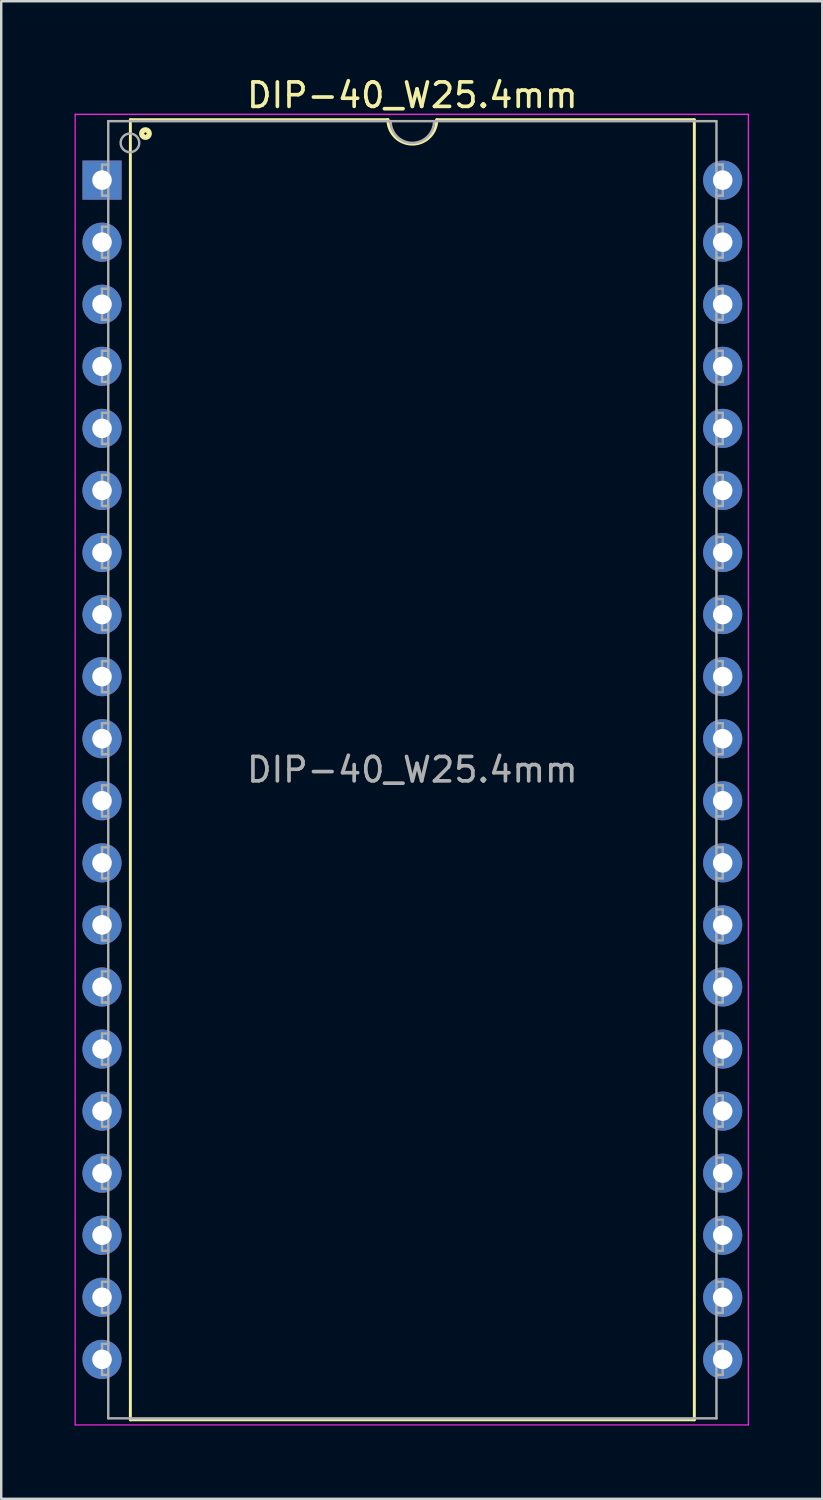
<source format=kicad_pcb>
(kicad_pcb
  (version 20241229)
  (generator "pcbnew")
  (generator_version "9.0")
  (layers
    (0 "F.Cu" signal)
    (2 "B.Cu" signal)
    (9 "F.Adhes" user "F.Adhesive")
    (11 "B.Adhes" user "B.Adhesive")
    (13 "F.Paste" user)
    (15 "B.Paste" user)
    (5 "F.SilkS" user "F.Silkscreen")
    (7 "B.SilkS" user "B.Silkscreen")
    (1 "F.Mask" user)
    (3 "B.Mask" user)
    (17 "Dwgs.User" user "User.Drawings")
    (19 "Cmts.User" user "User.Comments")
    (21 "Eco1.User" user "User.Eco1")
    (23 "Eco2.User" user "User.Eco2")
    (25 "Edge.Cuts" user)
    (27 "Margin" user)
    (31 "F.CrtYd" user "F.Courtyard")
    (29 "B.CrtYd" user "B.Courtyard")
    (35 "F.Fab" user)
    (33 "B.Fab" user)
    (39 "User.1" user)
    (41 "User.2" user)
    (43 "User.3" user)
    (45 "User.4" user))
  (footprint "DIP-40_W25.4mm"
    (layer "F.Cu")
    (at 1.125 4.321)
    (property "Reference" "DIP-40_W25.4mm" (at 12.7 -3.473 0) (layer "F.SilkS") (effects (font (size 1 1) (thickness 0.15))))
    (attr through_hole)
    (fp_line (start 1.16 -2.473) (end 1.16 50.733) (stroke (width 0.12) (type solid)) (layer "F.SilkS"))
    (fp_line (start 1.16 50.733) (end 24.24 50.733) (stroke (width 0.12) (type solid)) (layer "F.SilkS"))
    (fp_line (start 11.7 -2.473) (end 1.16 -2.473) (stroke (width 0.12) (type solid)) (layer "F.SilkS"))
    (fp_line (start 24.24 -2.473) (end 13.7 -2.473) (stroke (width 0.12) (type solid)) (layer "F.SilkS"))
    (fp_line (start 24.24 50.733) (end 24.24 -2.473) (stroke (width 0.12) (type solid)) (layer "F.SilkS"))
    (fp_arc (start 13.7 -2.473) (mid 12.7 -1.473) (end 11.7 -2.473) (stroke (width 0.12) (type solid)) (layer "F.SilkS"))
    (fp_circle (center 1.778 -1.905) (end 1.828 -1.905) (stroke (width 0.12) (type solid)) (fill no) (layer "F.SilkS"))
    (fp_circle (center 1.778 -1.905) (end 1.903 -1.905) (stroke (width 0.12) (type solid)) (fill no) (layer "F.SilkS"))
    (fp_circle (center 1.778 -1.905) (end 1.978 -1.905) (stroke (width 0.12) (type solid)) (fill no) (layer "F.SilkS"))
    (fp_line (start -1.1 -2.693) (end -1.1 50.943) (stroke (width 0.05) (type solid)) (layer "F.CrtYd"))
    (fp_line (start -1.1 50.943) (end 26.45 50.943) (stroke (width 0.05) (type solid)) (layer "F.CrtYd"))
    (fp_line (start 26.45 -2.693) (end -1.1 -2.693) (stroke (width 0.05) (type solid)) (layer "F.CrtYd"))
    (fp_line (start 26.45 50.943) (end 26.45 -2.693) (stroke (width 0.05) (type solid)) (layer "F.CrtYd"))
    (fp_line (start 0 -0.635) (end 0 0.635) (stroke (width 0.1) (type solid)) (layer "F.Fab"))
    (fp_line (start 0 -0.635) (end 0.254 -0.635) (stroke (width 0.1) (type solid)) (layer "F.Fab"))
    (fp_line (start 0 0.635) (end 0.254 0.635) (stroke (width 0.1) (type solid)) (layer "F.Fab"))
    (fp_line (start 0 1.905) (end 0 3.175) (stroke (width 0.1) (type solid)) (layer "F.Fab"))
    (fp_line (start 0 1.905) (end 0.254 1.905) (stroke (width 0.1) (type solid)) (layer "F.Fab"))
    (fp_line (start 0 3.175) (end 0.254 3.175) (stroke (width 0.1) (type solid)) (layer "F.Fab"))
    (fp_line (start 0 4.445) (end 0 5.715) (stroke (width 0.1) (type solid)) (layer "F.Fab"))
    (fp_line (start 0 4.445) (end 0.254 4.445) (stroke (width 0.1) (type solid)) (layer "F.Fab"))
    (fp_line (start 0 5.715) (end 0.254 5.715) (stroke (width 0.1) (type solid)) (layer "F.Fab"))
    (fp_line (start 0 6.985) (end 0 8.255) (stroke (width 0.1) (type solid)) (layer "F.Fab"))
    (fp_line (start 0 6.985) (end 0.254 6.985) (stroke (width 0.1) (type solid)) (layer "F.Fab"))
    (fp_line (start 0 8.255) (end 0.254 8.255) (stroke (width 0.1) (type solid)) (layer "F.Fab"))
    (fp_line (start 0 9.525) (end 0 10.795) (stroke (width 0.1) (type solid)) (layer "F.Fab"))
    (fp_line (start 0 9.525) (end 0.254 9.525) (stroke (width 0.1) (type solid)) (layer "F.Fab"))
    (fp_line (start 0 10.795) (end 0.254 10.795) (stroke (width 0.1) (type solid)) (layer "F.Fab"))
    (fp_line (start 0 12.065) (end 0 13.335) (stroke (width 0.1) (type solid)) (layer "F.Fab"))
    (fp_line (start 0 12.065) (end 0.254 12.065) (stroke (width 0.1) (type solid)) (layer "F.Fab"))
    (fp_line (start 0 13.335) (end 0.254 13.335) (stroke (width 0.1) (type solid)) (layer "F.Fab"))
    (fp_line (start 0 14.605) (end 0 15.875) (stroke (width 0.1) (type solid)) (layer "F.Fab"))
    (fp_line (start 0 14.605) (end 0.254 14.605) (stroke (width 0.1) (type solid)) (layer "F.Fab"))
    (fp_line (start 0 15.875) (end 0.254 15.875) (stroke (width 0.1) (type solid)) (layer "F.Fab"))
    (fp_line (start 0 17.145) (end 0 18.415) (stroke (width 0.1) (type solid)) (layer "F.Fab"))
    (fp_line (start 0 17.145) (end 0.254 17.145) (stroke (width 0.1) (type solid)) (layer "F.Fab"))
    (fp_line (start 0 18.415) (end 0.254 18.415) (stroke (width 0.1) (type solid)) (layer "F.Fab"))
    (fp_line (start 0 19.685) (end 0 20.955) (stroke (width 0.1) (type solid)) (layer "F.Fab"))
    (fp_line (start 0 19.685) (end 0.254 19.685) (stroke (width 0.1) (type solid)) (layer "F.Fab"))
    (fp_line (start 0 20.955) (end 0.254 20.955) (stroke (width 0.1) (type solid)) (layer "F.Fab"))
    (fp_line (start 0 22.225) (end 0 23.495) (stroke (width 0.1) (type solid)) (layer "F.Fab"))
    (fp_line (start 0 22.225) (end 0.254 22.225) (stroke (width 0.1) (type solid)) (layer "F.Fab"))
    (fp_line (start 0 23.495) (end 0.254 23.495) (stroke (width 0.1) (type solid)) (layer "F.Fab"))
    (fp_line (start 0 24.765) (end 0 26.035) (stroke (width 0.1) (type solid)) (layer "F.Fab"))
    (fp_line (start 0 24.765) (end 0.254 24.765) (stroke (width 0.1) (type solid)) (layer "F.Fab"))
    (fp_line (start 0 26.035) (end 0.254 26.035) (stroke (width 0.1) (type solid)) (layer "F.Fab"))
    (fp_line (start 0 27.305) (end 0 28.575) (stroke (width 0.1) (type solid)) (layer "F.Fab"))
    (fp_line (start 0 27.305) (end 0.254 27.305) (stroke (width 0.1) (type solid)) (layer "F.Fab"))
    (fp_line (start 0 28.575) (end 0.254 28.575) (stroke (width 0.1) (type solid)) (layer "F.Fab"))
    (fp_line (start 0 29.845) (end 0 31.115) (stroke (width 0.1) (type solid)) (layer "F.Fab"))
    (fp_line (start 0 29.845) (end 0.254 29.845) (stroke (width 0.1) (type solid)) (layer "F.Fab"))
    (fp_line (start 0 31.115) (end 0.254 31.115) (stroke (width 0.1) (type solid)) (layer "F.Fab"))
    (fp_line (start 0 32.385) (end 0 33.655) (stroke (width 0.1) (type solid)) (layer "F.Fab"))
    (fp_line (start 0 32.385) (end 0.254 32.385) (stroke (width 0.1) (type solid)) (layer "F.Fab"))
    (fp_line (start 0 33.655) (end 0.254 33.655) (stroke (width 0.1) (type solid)) (layer "F.Fab"))
    (fp_line (start 0 34.925) (end 0 36.195) (stroke (width 0.1) (type solid)) (layer "F.Fab"))
    (fp_line (start 0 34.925) (end 0.254 34.925) (stroke (width 0.1) (type solid)) (layer "F.Fab"))
    (fp_line (start 0 36.195) (end 0.254 36.195) (stroke (width 0.1) (type solid)) (layer "F.Fab"))
    (fp_line (start 0 37.465) (end 0 38.735) (stroke (width 0.1) (type solid)) (layer "F.Fab"))
    (fp_line (start 0 37.465) (end 0.254 37.465) (stroke (width 0.1) (type solid)) (layer "F.Fab"))
    (fp_line (start 0 38.735) (end 0.254 38.735) (stroke (width 0.1) (type solid)) (layer "F.Fab"))
    (fp_line (start 0 40.005) (end 0 41.275) (stroke (width 0.1) (type solid)) (layer "F.Fab"))
    (fp_line (start 0 40.005) (end 0.254 40.005) (stroke (width 0.1) (type solid)) (layer "F.Fab"))
    (fp_line (start 0 41.275) (end 0.254 41.275) (stroke (width 0.1) (type solid)) (layer "F.Fab"))
    (fp_line (start 0 42.545) (end 0 43.815) (stroke (width 0.1) (type solid)) (layer "F.Fab"))
    (fp_line (start 0 42.545) (end 0.254 42.545) (stroke (width 0.1) (type solid)) (layer "F.Fab"))
    (fp_line (start 0 43.815) (end 0.254 43.815) (stroke (width 0.1) (type solid)) (layer "F.Fab"))
    (fp_line (start 0 45.085) (end 0 46.355) (stroke (width 0.1) (type solid)) (layer "F.Fab"))
    (fp_line (start 0 45.085) (end 0.254 45.085) (stroke (width 0.1) (type solid)) (layer "F.Fab"))
    (fp_line (start 0 46.355) (end 0.254 46.355) (stroke (width 0.1) (type solid)) (layer "F.Fab"))
    (fp_line (start 0 47.625) (end 0 48.895) (stroke (width 0.1) (type solid)) (layer "F.Fab"))
    (fp_line (start 0 47.625) (end 0.254 47.625) (stroke (width 0.1) (type solid)) (layer "F.Fab"))
    (fp_line (start 0 48.895) (end 0.254 48.895) (stroke (width 0.1) (type solid)) (layer "F.Fab"))
    (fp_line (start 0.255 -2.413) (end 25.145 -2.413) (stroke (width 0.1) (type solid)) (layer "F.Fab"))
    (fp_line (start 0.255 50.673) (end 0.255 -2.413) (stroke (width 0.1) (type solid)) (layer "F.Fab"))
    (fp_line (start 25.145 -2.413) (end 25.145 50.673) (stroke (width 0.1) (type solid)) (layer "F.Fab"))
    (fp_line (start 25.145 50.673) (end 0.255 50.673) (stroke (width 0.1) (type solid)) (layer "F.Fab"))
    (fp_line (start 25.4 -0.635) (end 25.146 -0.635) (stroke (width 0.1) (type solid)) (layer "F.Fab"))
    (fp_line (start 25.4 0.635) (end 25.146 0.635) (stroke (width 0.1) (type solid)) (layer "F.Fab"))
    (fp_line (start 25.4 0.635) (end 25.4 -0.635) (stroke (width 0.1) (type solid)) (layer "F.Fab"))
    (fp_line (start 25.4 1.905) (end 25.146 1.905) (stroke (width 0.1) (type solid)) (layer "F.Fab"))
    (fp_line (start 25.4 3.175) (end 25.146 3.175) (stroke (width 0.1) (type solid)) (layer "F.Fab"))
    (fp_line (start 25.4 3.175) (end 25.4 1.905) (stroke (width 0.1) (type solid)) (layer "F.Fab"))
    (fp_line (start 25.4 4.445) (end 25.146 4.445) (stroke (width 0.1) (type solid)) (layer "F.Fab"))
    (fp_line (start 25.4 5.715) (end 25.146 5.715) (stroke (width 0.1) (type solid)) (layer "F.Fab"))
    (fp_line (start 25.4 5.715) (end 25.4 4.445) (stroke (width 0.1) (type solid)) (layer "F.Fab"))
    (fp_line (start 25.4 6.985) (end 25.146 6.985) (stroke (width 0.1) (type solid)) (layer "F.Fab"))
    (fp_line (start 25.4 8.255) (end 25.146 8.255) (stroke (width 0.1) (type solid)) (layer "F.Fab"))
    (fp_line (start 25.4 8.255) (end 25.4 6.985) (stroke (width 0.1) (type solid)) (layer "F.Fab"))
    (fp_line (start 25.4 9.525) (end 25.146 9.525) (stroke (width 0.1) (type solid)) (layer "F.Fab"))
    (fp_line (start 25.4 10.795) (end 25.146 10.795) (stroke (width 0.1) (type solid)) (layer "F.Fab"))
    (fp_line (start 25.4 10.795) (end 25.4 9.525) (stroke (width 0.1) (type solid)) (layer "F.Fab"))
    (fp_line (start 25.4 12.065) (end 25.146 12.065) (stroke (width 0.1) (type solid)) (layer "F.Fab"))
    (fp_line (start 25.4 13.335) (end 25.146 13.335) (stroke (width 0.1) (type solid)) (layer "F.Fab"))
    (fp_line (start 25.4 13.335) (end 25.4 12.065) (stroke (width 0.1) (type solid)) (layer "F.Fab"))
    (fp_line (start 25.4 14.605) (end 25.146 14.605) (stroke (width 0.1) (type solid)) (layer "F.Fab"))
    (fp_line (start 25.4 15.875) (end 25.146 15.875) (stroke (width 0.1) (type solid)) (layer "F.Fab"))
    (fp_line (start 25.4 15.875) (end 25.4 14.605) (stroke (width 0.1) (type solid)) (layer "F.Fab"))
    (fp_line (start 25.4 17.145) (end 25.146 17.145) (stroke (width 0.1) (type solid)) (layer "F.Fab"))
    (fp_line (start 25.4 18.415) (end 25.146 18.415) (stroke (width 0.1) (type solid)) (layer "F.Fab"))
    (fp_line (start 25.4 18.415) (end 25.4 17.145) (stroke (width 0.1) (type solid)) (layer "F.Fab"))
    (fp_line (start 25.4 19.685) (end 25.146 19.685) (stroke (width 0.1) (type solid)) (layer "F.Fab"))
    (fp_line (start 25.4 20.955) (end 25.146 20.955) (stroke (width 0.1) (type solid)) (layer "F.Fab"))
    (fp_line (start 25.4 20.955) (end 25.4 19.685) (stroke (width 0.1) (type solid)) (layer "F.Fab"))
    (fp_line (start 25.4 22.225) (end 25.146 22.225) (stroke (width 0.1) (type solid)) (layer "F.Fab"))
    (fp_line (start 25.4 23.495) (end 25.146 23.495) (stroke (width 0.1) (type solid)) (layer "F.Fab"))
    (fp_line (start 25.4 23.495) (end 25.4 22.225) (stroke (width 0.1) (type solid)) (layer "F.Fab"))
    (fp_line (start 25.4 24.765) (end 25.146 24.765) (stroke (width 0.1) (type solid)) (layer "F.Fab"))
    (fp_line (start 25.4 26.035) (end 25.146 26.035) (stroke (width 0.1) (type solid)) (layer "F.Fab"))
    (fp_line (start 25.4 26.035) (end 25.4 24.765) (stroke (width 0.1) (type solid)) (layer "F.Fab"))
    (fp_line (start 25.4 27.305) (end 25.146 27.305) (stroke (width 0.1) (type solid)) (layer "F.Fab"))
    (fp_line (start 25.4 28.575) (end 25.146 28.575) (stroke (width 0.1) (type solid)) (layer "F.Fab"))
    (fp_line (start 25.4 28.575) (end 25.4 27.305) (stroke (width 0.1) (type solid)) (layer "F.Fab"))
    (fp_line (start 25.4 29.845) (end 25.146 29.845) (stroke (width 0.1) (type solid)) (layer "F.Fab"))
    (fp_line (start 25.4 31.115) (end 25.146 31.115) (stroke (width 0.1) (type solid)) (layer "F.Fab"))
    (fp_line (start 25.4 31.115) (end 25.4 29.845) (stroke (width 0.1) (type solid)) (layer "F.Fab"))
    (fp_line (start 25.4 32.385) (end 25.146 32.385) (stroke (width 0.1) (type solid)) (layer "F.Fab"))
    (fp_line (start 25.4 33.655) (end 25.146 33.655) (stroke (width 0.1) (type solid)) (layer "F.Fab"))
    (fp_line (start 25.4 33.655) (end 25.4 32.385) (stroke (width 0.1) (type solid)) (layer "F.Fab"))
    (fp_line (start 25.4 34.925) (end 25.146 34.925) (stroke (width 0.1) (type solid)) (layer "F.Fab"))
    (fp_line (start 25.4 36.195) (end 25.146 36.195) (stroke (width 0.1) (type solid)) (layer "F.Fab"))
    (fp_line (start 25.4 36.195) (end 25.4 34.925) (stroke (width 0.1) (type solid)) (layer "F.Fab"))
    (fp_line (start 25.4 37.465) (end 25.146 37.465) (stroke (width 0.1) (type solid)) (layer "F.Fab"))
    (fp_line (start 25.4 38.735) (end 25.146 38.735) (stroke (width 0.1) (type solid)) (layer "F.Fab"))
    (fp_line (start 25.4 38.735) (end 25.4 37.465) (stroke (width 0.1) (type solid)) (layer "F.Fab"))
    (fp_line (start 25.4 40.005) (end 25.146 40.005) (stroke (width 0.1) (type solid)) (layer "F.Fab"))
    (fp_line (start 25.4 41.275) (end 25.146 41.275) (stroke (width 0.1) (type solid)) (layer "F.Fab"))
    (fp_line (start 25.4 41.275) (end 25.4 40.005) (stroke (width 0.1) (type solid)) (layer "F.Fab"))
    (fp_line (start 25.4 42.545) (end 25.146 42.545) (stroke (width 0.1) (type solid)) (layer "F.Fab"))
    (fp_line (start 25.4 43.815) (end 25.146 43.815) (stroke (width 0.1) (type solid)) (layer "F.Fab"))
    (fp_line (start 25.4 43.815) (end 25.4 42.545) (stroke (width 0.1) (type solid)) (layer "F.Fab"))
    (fp_line (start 25.4 45.085) (end 25.146 45.085) (stroke (width 0.1) (type solid)) (layer "F.Fab"))
    (fp_line (start 25.4 46.355) (end 25.146 46.355) (stroke (width 0.1) (type solid)) (layer "F.Fab"))
    (fp_line (start 25.4 46.355) (end 25.4 45.085) (stroke (width 0.1) (type solid)) (layer "F.Fab"))
    (fp_line (start 25.4 47.625) (end 25.146 47.625) (stroke (width 0.1) (type solid)) (layer "F.Fab"))
    (fp_line (start 25.4 48.895) (end 25.146 48.895) (stroke (width 0.1) (type solid)) (layer "F.Fab"))
    (fp_line (start 25.4 48.895) (end 25.4 47.625) (stroke (width 0.1) (type solid)) (layer "F.Fab"))
    (fp_arc (start 13.589 -2.413) (mid 12.7 -1.524) (end 11.811 -2.413) (stroke (width 0.1) (type solid)) (layer "F.Fab"))
    (fp_circle (center 1.143 -1.524) (end 1.524 -1.524) (stroke (width 0.1) (type solid)) (fill no) (layer "F.Fab"))
    (fp_text user "${REFERENCE}" (at 12.7 24.13 0) (layer "F.Fab") (effects (font (size 1 1) (thickness 0.15))))
    (pad "1" thru_hole rect (at 0 0) (size 1.6 1.6) (drill 0.8) (layers "*.Cu" "*.Mask"))
    (pad "2" thru_hole oval (at 0 2.54) (size 1.6 1.6) (drill 0.8) (layers "*.Cu" "*.Mask"))
    (pad "3" thru_hole oval (at 0 5.08) (size 1.6 1.6) (drill 0.8) (layers "*.Cu" "*.Mask"))
    (pad "4" thru_hole oval (at 0 7.62) (size 1.6 1.6) (drill 0.8) (layers "*.Cu" "*.Mask"))
    (pad "5" thru_hole oval (at 0 10.16) (size 1.6 1.6) (drill 0.8) (layers "*.Cu" "*.Mask"))
    (pad "6" thru_hole oval (at 0 12.7) (size 1.6 1.6) (drill 0.8) (layers "*.Cu" "*.Mask"))
    (pad "7" thru_hole oval (at 0 15.24) (size 1.6 1.6) (drill 0.8) (layers "*.Cu" "*.Mask"))
    (pad "8" thru_hole oval (at 0 17.78) (size 1.6 1.6) (drill 0.8) (layers "*.Cu" "*.Mask"))
    (pad "9" thru_hole oval (at 0 20.32) (size 1.6 1.6) (drill 0.8) (layers "*.Cu" "*.Mask"))
    (pad "10" thru_hole oval (at 0 22.86) (size 1.6 1.6) (drill 0.8) (layers "*.Cu" "*.Mask"))
    (pad "11" thru_hole oval (at 0 25.4) (size 1.6 1.6) (drill 0.8) (layers "*.Cu" "*.Mask"))
    (pad "12" thru_hole oval (at 0 27.94) (size 1.6 1.6) (drill 0.8) (layers "*.Cu" "*.Mask"))
    (pad "13" thru_hole oval (at 0 30.48) (size 1.6 1.6) (drill 0.8) (layers "*.Cu" "*.Mask"))
    (pad "14" thru_hole oval (at 0 33.02) (size 1.6 1.6) (drill 0.8) (layers "*.Cu" "*.Mask"))
    (pad "15" thru_hole oval (at 0 35.56) (size 1.6 1.6) (drill 0.8) (layers "*.Cu" "*.Mask"))
    (pad "16" thru_hole oval (at 0 38.1) (size 1.6 1.6) (drill 0.8) (layers "*.Cu" "*.Mask"))
    (pad "17" thru_hole oval (at 0 40.64) (size 1.6 1.6) (drill 0.8) (layers "*.Cu" "*.Mask"))
    (pad "18" thru_hole oval (at 0 43.18) (size 1.6 1.6) (drill 0.8) (layers "*.Cu" "*.Mask"))
    (pad "19" thru_hole oval (at 0 45.72) (size 1.6 1.6) (drill 0.8) (layers "*.Cu" "*.Mask"))
    (pad "20" thru_hole oval (at 0 48.26) (size 1.6 1.6) (drill 0.8) (layers "*.Cu" "*.Mask"))
    (pad "21" thru_hole oval (at 25.4 48.26) (size 1.6 1.6) (drill 0.8) (layers "*.Cu" "*.Mask"))
    (pad "22" thru_hole oval (at 25.4 45.72) (size 1.6 1.6) (drill 0.8) (layers "*.Cu" "*.Mask"))
    (pad "23" thru_hole oval (at 25.4 43.18) (size 1.6 1.6) (drill 0.8) (layers "*.Cu" "*.Mask"))
    (pad "24" thru_hole oval (at 25.4 40.64) (size 1.6 1.6) (drill 0.8) (layers "*.Cu" "*.Mask"))
    (pad "25" thru_hole oval (at 25.4 38.1) (size 1.6 1.6) (drill 0.8) (layers "*.Cu" "*.Mask"))
    (pad "26" thru_hole oval (at 25.4 35.56) (size 1.6 1.6) (drill 0.8) (layers "*.Cu" "*.Mask"))
    (pad "27" thru_hole oval (at 25.4 33.02) (size 1.6 1.6) (drill 0.8) (layers "*.Cu" "*.Mask"))
    (pad "28" thru_hole oval (at 25.4 30.48) (size 1.6 1.6) (drill 0.8) (layers "*.Cu" "*.Mask"))
    (pad "29" thru_hole oval (at 25.4 27.94) (size 1.6 1.6) (drill 0.8) (layers "*.Cu" "*.Mask"))
    (pad "30" thru_hole oval (at 25.4 25.4) (size 1.6 1.6) (drill 0.8) (layers "*.Cu" "*.Mask"))
    (pad "31" thru_hole oval (at 25.4 22.86) (size 1.6 1.6) (drill 0.8) (layers "*.Cu" "*.Mask"))
    (pad "32" thru_hole oval (at 25.4 20.32) (size 1.6 1.6) (drill 0.8) (layers "*.Cu" "*.Mask"))
    (pad "33" thru_hole oval (at 25.4 17.78) (size 1.6 1.6) (drill 0.8) (layers "*.Cu" "*.Mask"))
    (pad "34" thru_hole oval (at 25.4 15.24) (size 1.6 1.6) (drill 0.8) (layers "*.Cu" "*.Mask"))
    (pad "35" thru_hole oval (at 25.4 12.7) (size 1.6 1.6) (drill 0.8) (layers "*.Cu" "*.Mask"))
    (pad "36" thru_hole oval (at 25.4 10.16) (size 1.6 1.6) (drill 0.8) (layers "*.Cu" "*.Mask"))
    (pad "37" thru_hole oval (at 25.4 7.62) (size 1.6 1.6) (drill 0.8) (layers "*.Cu" "*.Mask"))
    (pad "38" thru_hole oval (at 25.4 5.08) (size 1.6 1.6) (drill 0.8) (layers "*.Cu" "*.Mask"))
    (pad "39" thru_hole oval (at 25.4 2.54) (size 1.6 1.6) (drill 0.8) (layers "*.Cu" "*.Mask"))
    (pad "40" thru_hole oval (at 25.4 0) (size 1.6 1.6) (drill 0.8) (layers "*.Cu" "*.Mask")))
  (gr_rect
    (start -3 -3)
    (end 30.6 58.289)
    (stroke (width 0.1) (type default))
    (fill no)
    (layer "Edge.Cuts")))
</source>
